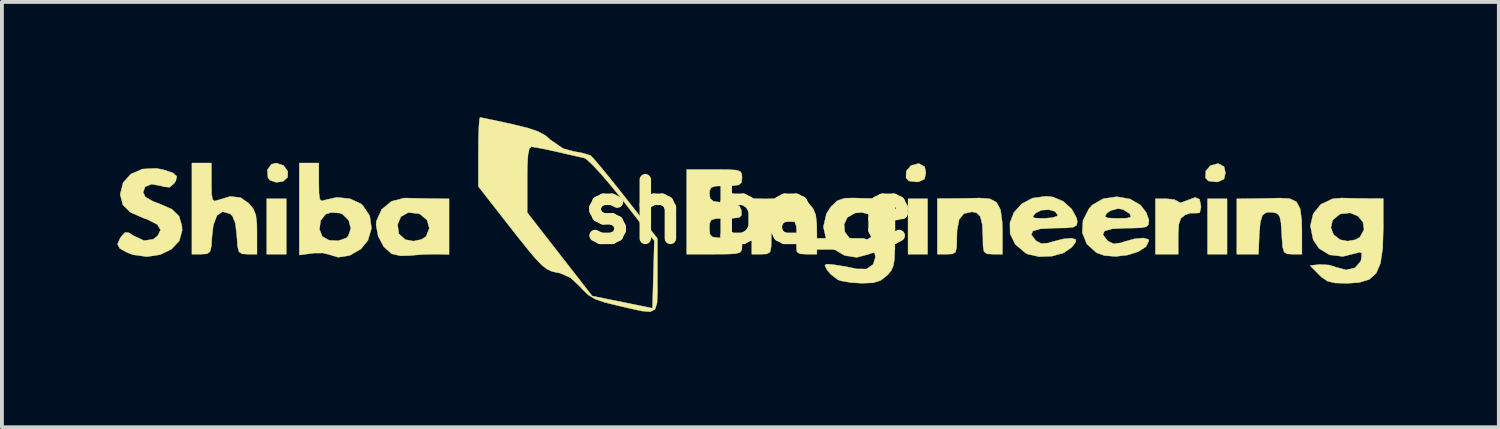
<source format=kicad_pcb>
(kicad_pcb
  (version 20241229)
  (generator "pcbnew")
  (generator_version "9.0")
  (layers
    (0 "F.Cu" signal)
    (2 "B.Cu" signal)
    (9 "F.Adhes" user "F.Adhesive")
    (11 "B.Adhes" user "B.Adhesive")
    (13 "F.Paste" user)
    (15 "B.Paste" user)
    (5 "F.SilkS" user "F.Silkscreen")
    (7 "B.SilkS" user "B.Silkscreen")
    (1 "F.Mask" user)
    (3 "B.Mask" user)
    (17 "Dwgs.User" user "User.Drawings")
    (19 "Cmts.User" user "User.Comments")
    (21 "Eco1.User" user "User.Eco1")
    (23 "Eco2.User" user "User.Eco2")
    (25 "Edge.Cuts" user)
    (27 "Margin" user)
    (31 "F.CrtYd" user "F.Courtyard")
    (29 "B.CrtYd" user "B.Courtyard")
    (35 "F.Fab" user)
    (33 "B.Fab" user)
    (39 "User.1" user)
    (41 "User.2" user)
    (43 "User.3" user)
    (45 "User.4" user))
  (footprint "shiba_e"
    (layer "F.Cu")
    (at 16.419 2.46)
    (property "Reference" "shiba_e" (at 0 0 0) (layer "F.SilkS") (effects (font (size 1.524 1.524) (thickness 0.3))))
    (attr through_hole)
    (fp_poly (pts (xy -12.023 1.101) (xy -12.531 1.101) (xy -12.531 -0.339) (xy -12.023 -0.339) (xy -12.023 1.101)) (stroke (width 0.01) (type solid)) (fill yes) (layer "F.SilkS"))
    (fp_poly (pts (xy 4.657 1.101) (xy 4.149 1.101) (xy 4.149 -0.339) (xy 4.657 -0.339) (xy 4.657 1.101)) (stroke (width 0.01) (type solid)) (fill yes) (layer "F.SilkS"))
    (fp_poly (pts (xy 12.446 1.101) (xy 11.938 1.101) (xy 11.938 -0.339) (xy 12.446 -0.339) (xy 12.446 1.101)) (stroke (width 0.01) (type solid)) (fill yes) (layer "F.SilkS"))
    (fp_poly (pts (xy -12.094 -1.207) (xy -11.983 -1.054) (xy -11.988 -0.9) (xy -12.103 -0.794) (xy -12.283 -0.767) (xy -12.446 -0.82) (xy -12.5 -0.889) (xy -12.514 -1.093) (xy -12.411 -1.237) (xy -12.29 -1.27) (xy -12.094 -1.207)) (stroke (width 0.01) (type solid)) (fill yes) (layer "F.SilkS"))
    (fp_poly (pts (xy 4.438 -1.253) (xy 4.58 -1.174) (xy 4.614 -1.016) (xy 4.577 -0.853) (xy 4.434 -0.785) (xy 4.381 -0.777) (xy 4.171 -0.802) (xy 4.096 -0.884) (xy 4.103 -1.063) (xy 4.227 -1.205) (xy 4.417 -1.255) (xy 4.438 -1.253)) (stroke (width 0.01) (type solid)) (fill yes) (layer "F.SilkS"))
    (fp_poly (pts (xy 12.227 -1.253) (xy 12.369 -1.174) (xy 12.404 -1.016) (xy 12.367 -0.853) (xy 12.223 -0.785) (xy 12.17 -0.777) (xy 11.96 -0.802) (xy 11.886 -0.884) (xy 11.893 -1.063) (xy 12.017 -1.205) (xy 12.207 -1.255) (xy 12.227 -1.253)) (stroke (width 0.01) (type solid)) (fill yes) (layer "F.SilkS"))
    (fp_poly (pts (xy 11.733 -0.324) (xy 11.769 -0.133) (xy 11.769 -0.125) (xy 11.736 0.024) (xy 11.648 0.033) (xy 11.483 0.034) (xy 11.352 0.081) (xy 11.246 0.168) (xy 11.193 0.316) (xy 11.176 0.574) (xy 11.176 0.638) (xy 11.176 1.101) (xy 10.583 1.101) (xy 10.583 -0.339) (xy 10.88 -0.339) (xy 11.076 -0.319) (xy 11.173 -0.269) (xy 11.176 -0.259) (xy 11.24 -0.237) (xy 11.393 -0.292) (xy 11.403 -0.297) (xy 11.618 -0.375) (xy 11.733 -0.324)) (stroke (width 0.01) (type solid)) (fill yes) (layer "F.SilkS"))
    (fp_poly (pts (xy 14.081 -0.344) (xy 14.252 -0.26) (xy 14.348 -0.08) (xy 14.388 0.223) (xy 14.393 0.476) (xy 14.393 1.101) (xy 14.143 1.101) (xy 14.007 1.093) (xy 13.93 1.045) (xy 13.892 0.917) (xy 13.873 0.67) (xy 13.868 0.572) (xy 13.849 0.28) (xy 13.814 0.117) (xy 13.747 0.041) (xy 13.643 0.014) (xy 13.471 0.013) (xy 13.366 0.089) (xy 13.31 0.273) (xy 13.284 0.594) (xy 13.283 0.614) (xy 13.264 1.101) (xy 12.7 1.101) (xy 12.7 -0.339) (xy 13.102 -0.344) (xy 13.426 -0.349) (xy 13.741 -0.357) (xy 13.816 -0.359) (xy 14.081 -0.344)) (stroke (width 0.01) (type solid)) (fill yes) (layer "F.SilkS"))
    (fp_poly (pts (xy 6.272 -0.341) (xy 6.451 -0.248) (xy 6.554 -0.054) (xy 6.598 0.266) (xy 6.604 0.524) (xy 6.604 1.101) (xy 6.35 1.101) (xy 6.199 1.091) (xy 6.124 1.033) (xy 6.099 0.883) (xy 6.096 0.684) (xy 6.081 0.333) (xy 6.028 0.121) (xy 5.926 0.02) (xy 5.808 0) (xy 5.601 0.046) (xy 5.478 0.198) (xy 5.424 0.48) (xy 5.419 0.652) (xy 5.414 0.912) (xy 5.384 1.045) (xy 5.304 1.094) (xy 5.165 1.101) (xy 4.911 1.101) (xy 4.911 -0.345) (xy 5.271 -0.347) (xy 5.605 -0.35) (xy 5.956 -0.358) (xy 6 -0.36) (xy 6.272 -0.341)) (stroke (width 0.01) (type solid)) (fill yes) (layer "F.SilkS"))
    (fp_poly (pts (xy 1.469 -0.309) (xy 1.561 -0.224) (xy 1.682 -0.081) (xy 1.748 0.081) (xy 1.774 0.316) (xy 1.778 0.546) (xy 1.778 1.101) (xy 1.502 1.101) (xy 1.332 1.092) (xy 1.257 1.036) (xy 1.245 0.887) (xy 1.256 0.729) (xy 1.245 0.383) (xy 1.158 0.133) (xy 1.008 0.009) (xy 0.945 0) (xy 0.754 0.055) (xy 0.641 0.23) (xy 0.595 0.544) (xy 0.593 0.652) (xy 0.588 0.912) (xy 0.558 1.045) (xy 0.478 1.094) (xy 0.339 1.101) (xy 0.085 1.101) (xy 0.085 -0.345) (xy 0.445 -0.337) (xy 0.748 -0.346) (xy 1.033 -0.377) (xy 1.074 -0.385) (xy 1.293 -0.399) (xy 1.469 -0.309)) (stroke (width 0.01) (type solid)) (fill yes) (layer "F.SilkS"))
    (fp_poly (pts (xy -13.97 -0.753) (xy -13.965 -0.47) (xy -13.942 -0.324) (xy -13.891 -0.281) (xy -13.822 -0.299) (xy -13.48 -0.401) (xy -13.211 -0.37) (xy -13.001 -0.224) (xy -12.881 -0.081) (xy -12.815 0.081) (xy -12.788 0.316) (xy -12.785 0.546) (xy -12.785 1.101) (xy -13.034 1.101) (xy -13.176 1.092) (xy -13.254 1.038) (xy -13.29 0.898) (xy -13.309 0.631) (xy -13.31 0.623) (xy -13.346 0.299) (xy -13.421 0.111) (xy -13.483 0.052) (xy -13.68 -0.005) (xy -13.827 0.096) (xy -13.921 0.349) (xy -13.953 0.623) (xy -13.972 0.893) (xy -14.008 1.036) (xy -14.084 1.091) (xy -14.224 1.101) (xy -14.228 1.101) (xy -14.478 1.101) (xy -14.478 -1.27) (xy -13.97 -1.27) (xy -13.97 -0.753)) (stroke (width 0.01) (type solid)) (fill yes) (layer "F.SilkS"))
    (fp_poly (pts (xy -8.619 -0.352) (xy -8.283 -0.345) (xy -8.191 -0.344) (xy -7.789 -0.339) (xy -7.789 1.107) (xy -8.149 1.101) (xy -8.463 1.107) (xy -8.765 1.132) (xy -8.805 1.138) (xy -9.063 1.142) (xy -9.28 1.091) (xy -9.288 1.088) (xy -9.488 0.907) (xy -9.633 0.633) (xy -9.688 0.339) (xy -9.687 0.331) (xy -9.129 0.331) (xy -9.095 0.57) (xy -8.929 0.722) (xy -8.721 0.762) (xy -8.511 0.72) (xy -8.386 0.64) (xy -8.303 0.428) (xy -8.36 0.216) (xy -8.54 0.062) (xy -8.577 0.047) (xy -8.846 0.017) (xy -9.041 0.124) (xy -9.129 0.331) (xy -9.687 0.331) (xy -9.679 0.24) (xy -9.541 -0.064) (xy -9.287 -0.274) (xy -8.958 -0.359) (xy -8.911 -0.359) (xy -8.619 -0.352)) (stroke (width 0.01) (type solid)) (fill yes) (layer "F.SilkS"))
    (fp_poly (pts (xy -11.176 -0.753) (xy -11.171 -0.471) (xy -11.149 -0.325) (xy -11.099 -0.283) (xy -11.028 -0.305) (xy -10.71 -0.377) (xy -10.369 -0.342) (xy -10.08 -0.209) (xy -10.036 -0.172) (xy -9.852 0.105) (xy -9.807 0.426) (xy -9.899 0.741) (xy -10.082 0.966) (xy -10.374 1.135) (xy -10.676 1.181) (xy -10.912 1.109) (xy -11.067 1.071) (xy -11.303 1.073) (xy -11.356 1.079) (xy -11.684 1.123) (xy -11.684 0.455) (xy -11.16 0.455) (xy -11.087 0.64) (xy -10.911 0.739) (xy -10.675 0.753) (xy -10.466 0.682) (xy -10.415 0.636) (xy -10.343 0.436) (xy -10.397 0.224) (xy -10.554 0.065) (xy -10.64 0.031) (xy -10.857 0.018) (xy -10.999 0.06) (xy -11.13 0.229) (xy -11.16 0.455) (xy -11.684 0.455) (xy -11.684 -1.27) (xy -11.176 -1.27) (xy -11.176 -0.753)) (stroke (width 0.01) (type solid)) (fill yes) (layer "F.SilkS"))
    (fp_poly (pts (xy -0.541 -1.099) (xy -0.328 -1.086) (xy -0.217 -1.054) (xy -0.176 -0.991) (xy -0.169 -0.889) (xy -0.183 -0.763) (xy -0.253 -0.701) (xy -0.423 -0.679) (xy -0.593 -0.677) (xy -0.844 -0.67) (xy -0.969 -0.635) (xy -1.012 -0.551) (xy -1.016 -0.47) (xy -0.998 -0.344) (xy -0.917 -0.277) (xy -0.726 -0.246) (xy -0.614 -0.237) (xy -0.364 -0.21) (xy -0.238 -0.153) (xy -0.188 -0.044) (xy -0.185 -0.021) (xy -0.183 0.091) (xy -0.247 0.148) (xy -0.417 0.167) (xy -0.587 0.169) (xy -0.84 0.175) (xy -0.966 0.208) (xy -1.011 0.294) (xy -1.016 0.423) (xy -1.007 0.574) (xy -0.95 0.649) (xy -0.802 0.674) (xy -0.593 0.677) (xy -0.341 0.684) (xy -0.216 0.719) (xy -0.173 0.804) (xy -0.169 0.889) (xy -0.176 0.991) (xy -0.218 1.054) (xy -0.329 1.087) (xy -0.543 1.099) (xy -0.889 1.101) (xy -1.609 1.101) (xy -1.609 -1.101) (xy -0.889 -1.101) (xy -0.541 -1.099)) (stroke (width 0.01) (type solid)) (fill yes) (layer "F.SilkS"))
    (fp_poly (pts (xy -15.217 -1.095) (xy -14.97 -1.012) (xy -14.87 -0.923) (xy -14.897 -0.804) (xy -14.941 -0.738) (xy -15.058 -0.639) (xy -15.221 -0.655) (xy -15.271 -0.673) (xy -15.523 -0.721) (xy -15.692 -0.656) (xy -15.748 -0.506) (xy -15.686 -0.385) (xy -15.488 -0.272) (xy -15.324 -0.211) (xy -14.997 -0.068) (xy -14.811 0.114) (xy -14.737 0.37) (xy -14.732 0.488) (xy -14.808 0.759) (xy -15.01 0.972) (xy -15.303 1.113) (xy -15.647 1.166) (xy -16.008 1.117) (xy -16.15 1.064) (xy -16.355 0.951) (xy -16.414 0.839) (xy -16.343 0.684) (xy -16.311 0.638) (xy -16.216 0.535) (xy -16.118 0.543) (xy -15.996 0.621) (xy -15.721 0.749) (xy -15.487 0.714) (xy -15.37 0.626) (xy -15.291 0.471) (xy -15.379 0.328) (xy -15.635 0.197) (xy -15.734 0.163) (xy -16.077 0.013) (xy -16.273 -0.18) (xy -16.34 -0.436) (xy -16.341 -0.464) (xy -16.266 -0.761) (xy -16.064 -0.983) (xy -15.767 -1.113) (xy -15.408 -1.132) (xy -15.217 -1.095)) (stroke (width 0.01) (type solid)) (fill yes) (layer "F.SilkS"))
    (fp_poly (pts (xy 7.918 -0.386) (xy 8.183 -0.274) (xy 8.406 -0.073) (xy 8.536 0.164) (xy 8.551 0.265) (xy 8.532 0.349) (xy 8.451 0.397) (xy 8.272 0.418) (xy 7.959 0.423) (xy 7.959 0.423) (xy 7.597 0.441) (xy 7.397 0.497) (xy 7.354 0.595) (xy 7.464 0.737) (xy 7.496 0.764) (xy 7.619 0.826) (xy 7.792 0.811) (xy 7.947 0.766) (xy 8.193 0.704) (xy 8.392 0.686) (xy 8.42 0.69) (xy 8.516 0.722) (xy 8.506 0.791) (xy 8.408 0.921) (xy 8.196 1.068) (xy 7.891 1.153) (xy 7.558 1.166) (xy 7.265 1.101) (xy 7.206 1.072) (xy 6.935 0.842) (xy 6.804 0.569) (xy 6.799 0.284) (xy 6.864 0.117) (xy 7.396 0.117) (xy 7.43 0.158) (xy 7.597 0.169) (xy 7.687 0.169) (xy 7.905 0.152) (xy 8.031 0.108) (xy 8.043 0.086) (xy 7.973 -0.011) (xy 7.808 -0.056) (xy 7.616 -0.043) (xy 7.468 0.031) (xy 7.396 0.117) (xy 6.864 0.117) (xy 6.904 0.015) (xy 7.106 -0.209) (xy 7.391 -0.359) (xy 7.744 -0.406) (xy 7.918 -0.386)) (stroke (width 0.01) (type solid)) (fill yes) (layer "F.SilkS"))
    (fp_poly (pts (xy 9.921 -0.335) (xy 10.196 -0.176) (xy 10.345 0.019) (xy 10.414 0.213) (xy 10.414 0.226) (xy 10.403 0.329) (xy 10.347 0.388) (xy 10.207 0.415) (xy 9.949 0.423) (xy 9.821 0.423) (xy 9.46 0.441) (xy 9.26 0.497) (xy 9.217 0.594) (xy 9.326 0.736) (xy 9.361 0.767) (xy 9.497 0.832) (xy 9.681 0.807) (xy 9.769 0.777) (xy 10.039 0.702) (xy 10.263 0.68) (xy 10.396 0.713) (xy 10.414 0.749) (xy 10.337 0.907) (xy 10.138 1.035) (xy 9.861 1.123) (xy 9.551 1.16) (xy 9.253 1.136) (xy 9.05 1.063) (xy 8.799 0.837) (xy 8.681 0.542) (xy 8.699 0.221) (xy 8.752 0.119) (xy 9.271 0.119) (xy 9.331 0.157) (xy 9.522 0.169) (xy 9.61 0.169) (xy 9.846 0.163) (xy 9.942 0.134) (xy 9.928 0.07) (xy 9.906 0.042) (xy 9.74 -0.061) (xy 9.61 -0.085) (xy 9.41 -0.031) (xy 9.313 0.042) (xy 9.271 0.119) (xy 8.752 0.119) (xy 8.856 -0.085) (xy 8.946 -0.182) (xy 9.228 -0.342) (xy 9.575 -0.393) (xy 9.921 -0.335)) (stroke (width 0.01) (type solid)) (fill yes) (layer "F.SilkS"))
    (fp_poly (pts (xy 15.77 -0.351) (xy 16.117 -0.347) (xy 16.15 -0.347) (xy 16.51 -0.345) (xy 16.51 0.414) (xy 16.494 0.947) (xy 16.437 1.335) (xy 16.325 1.598) (xy 16.142 1.759) (xy 15.876 1.839) (xy 15.554 1.86) (xy 15.255 1.85) (xy 15.059 1.803) (xy 14.904 1.697) (xy 14.834 1.63) (xy 14.605 1.397) (xy 14.852 1.369) (xy 15.104 1.383) (xy 15.29 1.443) (xy 15.545 1.511) (xy 15.772 1.456) (xy 15.918 1.294) (xy 15.939 1.224) (xy 15.95 1.072) (xy 15.886 1.049) (xy 15.843 1.064) (xy 15.458 1.16) (xy 15.113 1.119) (xy 14.837 0.952) (xy 14.687 0.726) (xy 14.622 0.408) (xy 15.146 0.408) (xy 15.216 0.592) (xy 15.387 0.725) (xy 15.579 0.762) (xy 15.785 0.725) (xy 15.9 0.66) (xy 16.009 0.464) (xy 15.983 0.269) (xy 15.854 0.113) (xy 15.653 0.028) (xy 15.412 0.051) (xy 15.367 0.069) (xy 15.192 0.217) (xy 15.146 0.408) (xy 14.622 0.408) (xy 14.613 0.367) (xy 14.687 0.05) (xy 14.886 -0.196) (xy 15.189 -0.338) (xy 15.433 -0.36) (xy 15.77 -0.351)) (stroke (width 0.01) (type solid)) (fill yes) (layer "F.SilkS"))
    (fp_poly (pts (xy 3.058 -0.351) (xy 3.405 -0.347) (xy 3.45 -0.347) (xy 3.81 -0.345) (xy 3.81 0.551) (xy 3.807 0.955) (xy 3.795 1.227) (xy 3.765 1.406) (xy 3.711 1.528) (xy 3.625 1.631) (xy 3.602 1.655) (xy 3.438 1.784) (xy 3.241 1.845) (xy 2.946 1.857) (xy 2.654 1.838) (xy 2.411 1.796) (xy 2.324 1.767) (xy 2.138 1.625) (xy 2.042 1.509) (xy 1.985 1.399) (xy 2.022 1.359) (xy 2.185 1.371) (xy 2.258 1.381) (xy 2.542 1.427) (xy 2.798 1.48) (xy 2.816 1.485) (xy 3.069 1.486) (xy 3.243 1.366) (xy 3.302 1.172) (xy 3.277 1.061) (xy 3.173 1.08) (xy 3.138 1.098) (xy 2.816 1.185) (xy 2.496 1.134) (xy 2.216 0.967) (xy 2.02 0.71) (xy 1.947 0.392) (xy 1.962 0.328) (xy 2.484 0.328) (xy 2.506 0.525) (xy 2.628 0.687) (xy 2.845 0.761) (xy 2.871 0.762) (xy 3.084 0.721) (xy 3.213 0.64) (xy 3.288 0.437) (xy 3.249 0.211) (xy 3.125 0.06) (xy 2.943 0.015) (xy 2.77 0.03) (xy 2.57 0.146) (xy 2.484 0.328) (xy 1.962 0.328) (xy 2.028 0.043) (xy 2.148 -0.139) (xy 2.314 -0.293) (xy 2.505 -0.355) (xy 2.719 -0.36) (xy 3.058 -0.351)) (stroke (width 0.01) (type solid)) (fill yes) (layer "F.SilkS"))
    (fp_poly (pts (xy -6.888 -2.438) (xy -6.665 -2.392) (xy -6.354 -2.325) (xy -6.159 -2.283) (xy -5.75 -2.183) (xy -5.469 -2.088) (xy -5.274 -1.981) (xy -5.149 -1.87) (xy -4.823 -1.647) (xy -4.556 -1.574) (xy -4.31 -1.527) (xy -4.133 -1.474) (xy -4.1 -1.458) (xy -4.019 -1.373) (xy -3.854 -1.179) (xy -3.625 -0.9) (xy -3.353 -0.56) (xy -3.19 -0.353) (xy -2.371 0.692) (xy -2.371 1.658) (xy -2.368 2.087) (xy -2.38 2.372) (xy -2.432 2.535) (xy -2.554 2.597) (xy -2.772 2.58) (xy -3.114 2.505) (xy -3.381 2.443) (xy -3.744 2.354) (xy -3.989 2.269) (xy -4.164 2.165) (xy -4.318 2.018) (xy -4.372 1.956) (xy -4.627 1.715) (xy -4.897 1.595) (xy -4.985 1.578) (xy -5.118 1.548) (xy -5.24 1.492) (xy -5.372 1.39) (xy -5.536 1.221) (xy -5.751 0.965) (xy -6.041 0.602) (xy -6.174 0.432) (xy -7.027 -0.659) (xy -7.027 -0.838) (xy -5.757 -0.838) (xy -5.757 0.018) (xy -4.912 1.103) (xy -4.066 2.189) (xy -3.578 2.288) (xy -3.249 2.354) (xy -2.938 2.417) (xy -2.794 2.446) (xy -2.498 2.506) (xy -2.45 0.754) (xy -3.273 -0.303) (xy -3.567 -0.669) (xy -3.837 -0.985) (xy -4.062 -1.227) (xy -4.22 -1.371) (xy -4.271 -1.399) (xy -4.442 -1.439) (xy -4.716 -1.501) (xy -4.995 -1.565) (xy -5.293 -1.63) (xy -5.531 -1.676) (xy -5.652 -1.692) (xy -5.703 -1.642) (xy -5.736 -1.477) (xy -5.754 -1.177) (xy -5.757 -0.838) (xy -7.027 -0.838) (xy -7.027 -1.557) (xy -7.024 -1.924) (xy -7.013 -2.219) (xy -6.998 -2.406) (xy -6.984 -2.455) (xy -6.888 -2.438)) (stroke (width 0.01) (type solid)) (fill yes) (layer "F.SilkS")))
  (gr_rect
    (start -3 -3)
    (end 35.934 8.062)
    (stroke (width 0.1) (type default))
    (fill no)
    (layer "Edge.Cuts")))
</source>
